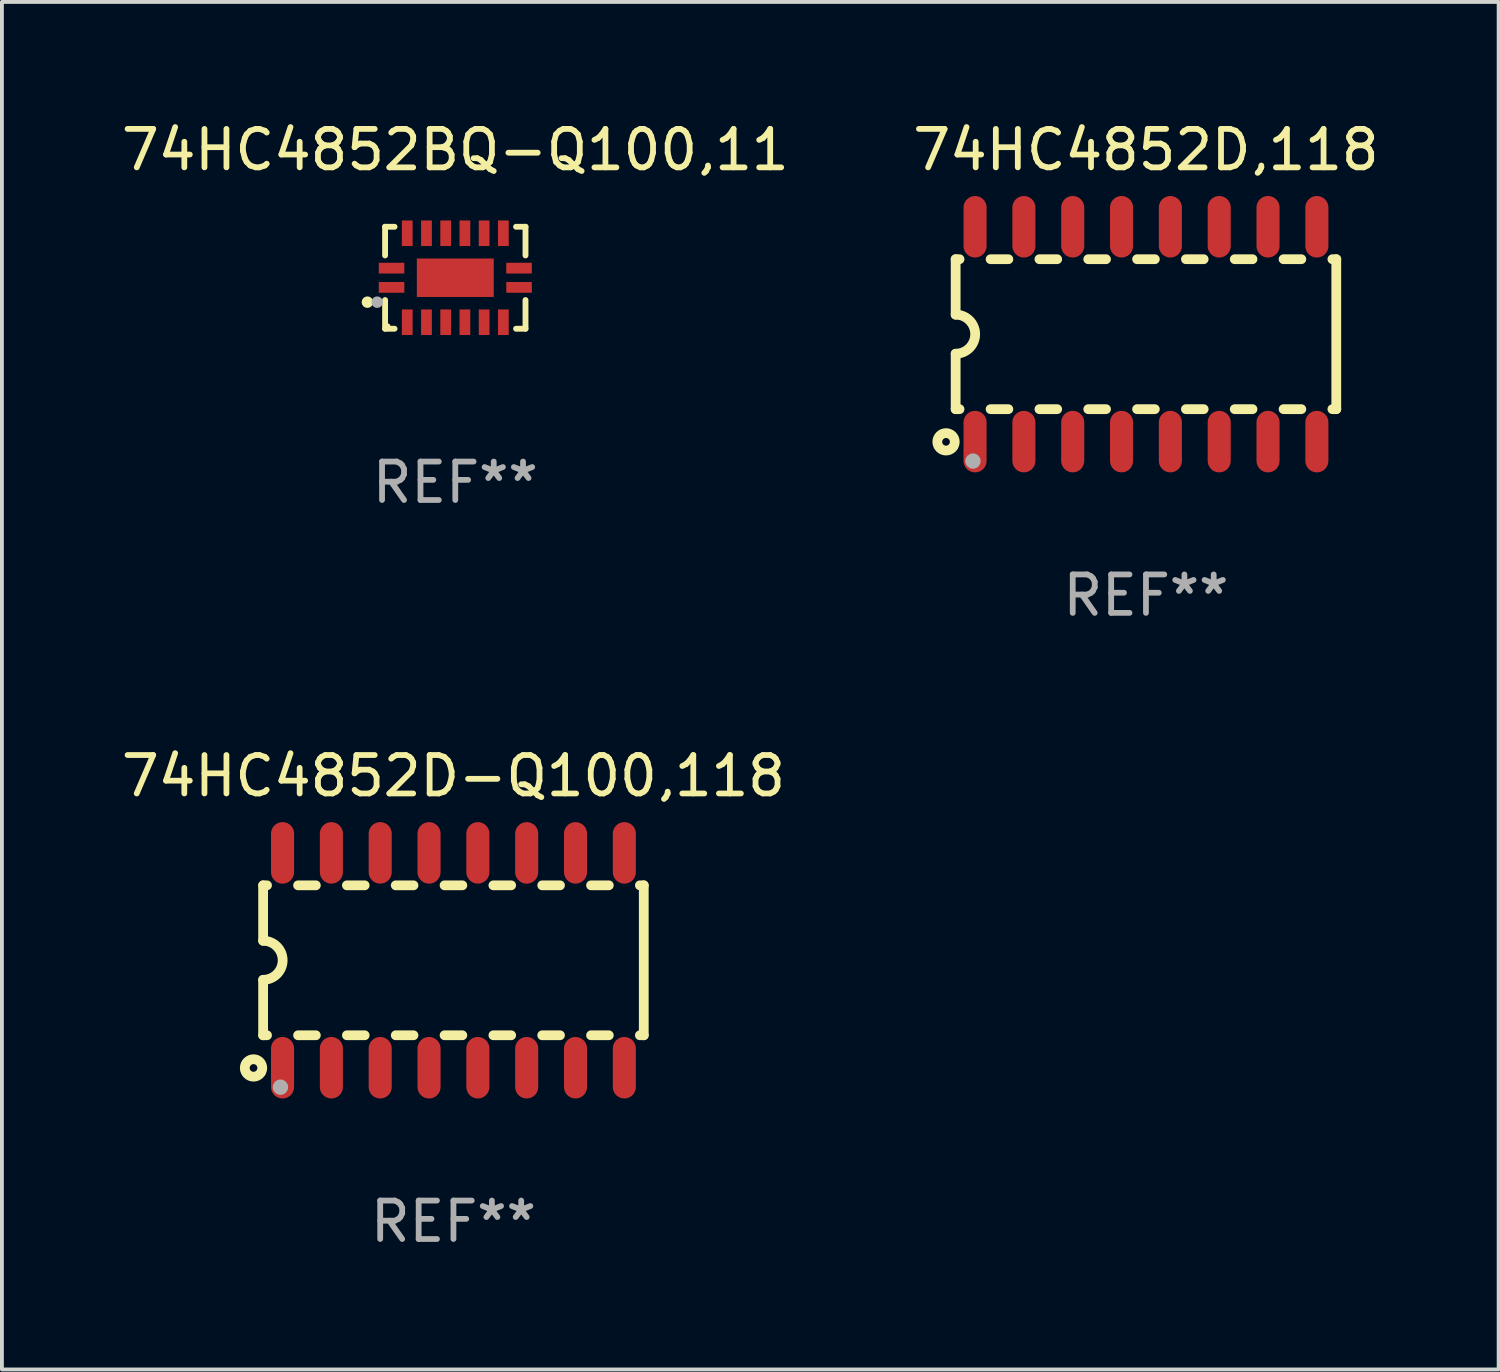
<source format=kicad_pcb>
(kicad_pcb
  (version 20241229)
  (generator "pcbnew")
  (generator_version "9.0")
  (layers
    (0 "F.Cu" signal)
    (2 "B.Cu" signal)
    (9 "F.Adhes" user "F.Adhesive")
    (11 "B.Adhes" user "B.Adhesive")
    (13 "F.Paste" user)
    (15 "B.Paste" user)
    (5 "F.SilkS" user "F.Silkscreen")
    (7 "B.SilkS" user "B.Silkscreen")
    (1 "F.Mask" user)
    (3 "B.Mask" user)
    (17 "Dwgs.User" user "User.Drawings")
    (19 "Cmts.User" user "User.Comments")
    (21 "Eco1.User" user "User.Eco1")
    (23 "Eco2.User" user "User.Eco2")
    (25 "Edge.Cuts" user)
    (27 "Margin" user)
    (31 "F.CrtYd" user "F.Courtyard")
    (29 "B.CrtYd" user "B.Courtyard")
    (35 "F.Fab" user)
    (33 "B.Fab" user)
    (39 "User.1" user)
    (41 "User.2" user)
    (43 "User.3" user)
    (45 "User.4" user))
  (footprint "74HC4852BQ-Q100,11"
    (layer "F.Cu")
    (at 8.792 4.174)
    (property "Reference" "74HC4852BQ-Q100,11" (at 0 -3.326 0) (layer "F.SilkS") (effects (font (size 1 1) (thickness 0.15))))
    (attr through_hole)
    (fp_line (start -1.826 -1.326) (end -1.58 -1.326) (stroke (width 0.152) (type solid)) (layer "F.SilkS"))
    (fp_line (start -1.826 -0.58) (end -1.826 -1.326) (stroke (width 0.152) (type solid)) (layer "F.SilkS"))
    (fp_line (start -1.826 0.58) (end -1.826 1.326) (stroke (width 0.152) (type solid)) (layer "F.SilkS"))
    (fp_line (start -1.826 1.326) (end -1.58 1.326) (stroke (width 0.152) (type solid)) (layer "F.SilkS"))
    (fp_line (start 1.826 -1.326) (end 1.58 -1.326) (stroke (width 0.152) (type solid)) (layer "F.SilkS"))
    (fp_line (start 1.826 -0.58) (end 1.826 -1.326) (stroke (width 0.152) (type solid)) (layer "F.SilkS"))
    (fp_line (start 1.826 0.58) (end 1.826 1.326) (stroke (width 0.152) (type solid)) (layer "F.SilkS"))
    (fp_line (start 1.826 1.326) (end 1.58 1.326) (stroke (width 0.152) (type solid)) (layer "F.SilkS"))
    (fp_circle (center -2.286 0.635) (end -2.211 0.635) (stroke (width 0.15) (type solid)) (fill no) (layer "F.SilkS"))
    (fp_circle (center -1.75 1.25) (end -1.72 1.25) (stroke (width 0.06) (type solid)) (fill no) (layer "F.SilkS"))
    (fp_circle (center -2.032 0.635) (end -1.957 0.635) (stroke (width 0.15) (type solid)) (fill no) (layer "F.Fab"))
    (fp_text user "REF**" (at 0 5.326 0) (layer "F.Fab") (effects (font (size 1 1) (thickness 0.15))))
    (pad "1" smd rect (at -1.658 0.25) (size 0.665 0.28) (layers "F.Cu" "F.Mask" "F.Paste"))
    (pad "2" smd rect (at -1.25 1.157) (size 0.28 0.665) (layers "F.Cu" "F.Mask" "F.Paste"))
    (pad "3" smd rect (at -0.75 1.157) (size 0.28 0.665) (layers "F.Cu" "F.Mask" "F.Paste"))
    (pad "4" smd rect (at -0.25 1.157) (size 0.28 0.665) (layers "F.Cu" "F.Mask" "F.Paste"))
    (pad "5" smd rect (at 0.25 1.157) (size 0.28 0.665) (layers "F.Cu" "F.Mask" "F.Paste"))
    (pad "6" smd rect (at 0.75 1.157) (size 0.28 0.665) (layers "F.Cu" "F.Mask" "F.Paste"))
    (pad "7" smd rect (at 1.25 1.157) (size 0.28 0.665) (layers "F.Cu" "F.Mask" "F.Paste"))
    (pad "8" smd rect (at 1.658 0.25) (size 0.665 0.28) (layers "F.Cu" "F.Mask" "F.Paste"))
    (pad "9" smd rect (at 1.658 -0.25) (size 0.665 0.28) (layers "F.Cu" "F.Mask" "F.Paste"))
    (pad "10" smd rect (at 1.25 -1.157) (size 0.28 0.665) (layers "F.Cu" "F.Mask" "F.Paste"))
    (pad "11" smd rect (at 0.75 -1.157) (size 0.28 0.665) (layers "F.Cu" "F.Mask" "F.Paste"))
    (pad "12" smd rect (at 0.25 -1.157) (size 0.28 0.665) (layers "F.Cu" "F.Mask" "F.Paste"))
    (pad "13" smd rect (at -0.25 -1.157) (size 0.28 0.665) (layers "F.Cu" "F.Mask" "F.Paste"))
    (pad "14" smd rect (at -0.75 -1.157) (size 0.28 0.665) (layers "F.Cu" "F.Mask" "F.Paste"))
    (pad "15" smd rect (at -1.25 -1.157) (size 0.28 0.665) (layers "F.Cu" "F.Mask" "F.Paste"))
    (pad "16" smd rect (at -1.658 -0.25) (size 0.665 0.28) (layers "F.Cu" "F.Mask" "F.Paste"))
    (pad "17" smd rect (at 0 0) (size 2 1) (layers "F.Cu" "F.Mask" "F.Paste")))
  (footprint "74HC4852D,118"
    (layer "F.Cu")
    (at 26.756 5.642)
    (property "Reference" "74HC4852D,118" (at 0 -4.794 0) (layer "F.SilkS") (effects (font (size 1 1) (thickness 0.15))))
    (attr through_hole)
    (fp_line (start -4.95 -1.95) (end -4.95 -0.508) (stroke (width 0.254) (type solid)) (layer "F.SilkS"))
    (fp_line (start -4.95 -1.95) (end -4.849 -1.95) (stroke (width 0.254) (type solid)) (layer "F.SilkS"))
    (fp_line (start -4.95 1.95) (end -4.95 0.508) (stroke (width 0.254) (type solid)) (layer "F.SilkS"))
    (fp_line (start -4.95 1.95) (end -4.849 1.95) (stroke (width 0.254) (type solid)) (layer "F.SilkS"))
    (fp_line (start -4.041 -1.95) (end -3.579 -1.95) (stroke (width 0.254) (type solid)) (layer "F.SilkS"))
    (fp_line (start -4.041 1.95) (end -3.579 1.95) (stroke (width 0.254) (type solid)) (layer "F.SilkS"))
    (fp_line (start -2.771 -1.95) (end -2.309 -1.95) (stroke (width 0.254) (type solid)) (layer "F.SilkS"))
    (fp_line (start -2.771 1.95) (end -2.309 1.95) (stroke (width 0.254) (type solid)) (layer "F.SilkS"))
    (fp_line (start -1.501 -1.95) (end -1.039 -1.95) (stroke (width 0.254) (type solid)) (layer "F.SilkS"))
    (fp_line (start -1.501 1.95) (end -1.039 1.95) (stroke (width 0.254) (type solid)) (layer "F.SilkS"))
    (fp_line (start -0.231 -1.95) (end 0.231 -1.95) (stroke (width 0.254) (type solid)) (layer "F.SilkS"))
    (fp_line (start -0.231 1.95) (end 0.231 1.95) (stroke (width 0.254) (type solid)) (layer "F.SilkS"))
    (fp_line (start 1.039 -1.95) (end 1.501 -1.95) (stroke (width 0.254) (type solid)) (layer "F.SilkS"))
    (fp_line (start 1.039 1.95) (end 1.501 1.95) (stroke (width 0.254) (type solid)) (layer "F.SilkS"))
    (fp_line (start 2.309 -1.95) (end 2.771 -1.95) (stroke (width 0.254) (type solid)) (layer "F.SilkS"))
    (fp_line (start 2.309 1.95) (end 2.771 1.95) (stroke (width 0.254) (type solid)) (layer "F.SilkS"))
    (fp_line (start 3.579 -1.95) (end 4.041 -1.95) (stroke (width 0.254) (type solid)) (layer "F.SilkS"))
    (fp_line (start 3.579 1.95) (end 4.041 1.95) (stroke (width 0.254) (type solid)) (layer "F.SilkS"))
    (fp_line (start 4.849 -1.95) (end 4.95 -1.95) (stroke (width 0.254) (type solid)) (layer "F.SilkS"))
    (fp_line (start 4.849 1.95) (end 4.95 1.95) (stroke (width 0.254) (type solid)) (layer "F.SilkS"))
    (fp_line (start 4.95 -1.95) (end 4.95 1.95) (stroke (width 0.254) (type solid)) (layer "F.SilkS"))
    (fp_arc (start -4.95047 -0.508001) (mid -4.442469 -0.000228) (end -4.950013 0.508001) (stroke (width 0.254001) (type solid)) (layer "F.SilkS"))
    (fp_circle (center -5.2 2.8) (end -5.1 2.8) (stroke (width 0.254) (type solid)) (fill no) (layer "F.SilkS"))
    (fp_circle (center -4.95 2.947) (end -4.92 2.947) (stroke (width 0.06) (type solid)) (fill no) (layer "F.SilkS"))
    (fp_circle (center -4.5 3.3) (end -4.4 3.3) (stroke (width 0.2) (type solid)) (fill no) (layer "F.Fab"))
    (fp_text user "REF**" (at 0 6.794 0) (layer "F.Fab") (effects (font (size 1 1) (thickness 0.15))))
    (pad "1" smd oval (at -4.445 2.794) (size 0.6 1.6) (layers "F.Cu" "F.Mask" "F.Paste"))
    (pad "2" smd oval (at -3.175 2.794) (size 0.6 1.6) (layers "F.Cu" "F.Mask" "F.Paste"))
    (pad "3" smd oval (at -1.905 2.794) (size 0.6 1.6) (layers "F.Cu" "F.Mask" "F.Paste"))
    (pad "4" smd oval (at -0.635 2.794) (size 0.6 1.6) (layers "F.Cu" "F.Mask" "F.Paste"))
    (pad "5" smd oval (at 0.635 2.794) (size 0.6 1.6) (layers "F.Cu" "F.Mask" "F.Paste"))
    (pad "6" smd oval (at 1.905 2.794) (size 0.6 1.6) (layers "F.Cu" "F.Mask" "F.Paste"))
    (pad "7" smd oval (at 3.175 2.794) (size 0.6 1.6) (layers "F.Cu" "F.Mask" "F.Paste"))
    (pad "8" smd oval (at 4.445 2.794) (size 0.6 1.6) (layers "F.Cu" "F.Mask" "F.Paste"))
    (pad "9" smd oval (at 4.445 -2.794) (size 0.6 1.6) (layers "F.Cu" "F.Mask" "F.Paste"))
    (pad "10" smd oval (at 3.175 -2.794) (size 0.6 1.6) (layers "F.Cu" "F.Mask" "F.Paste"))
    (pad "11" smd oval (at 1.905 -2.794) (size 0.6 1.6) (layers "F.Cu" "F.Mask" "F.Paste"))
    (pad "12" smd oval (at 0.635 -2.794) (size 0.6 1.6) (layers "F.Cu" "F.Mask" "F.Paste"))
    (pad "13" smd oval (at -0.635 -2.794) (size 0.6 1.6) (layers "F.Cu" "F.Mask" "F.Paste"))
    (pad "14" smd oval (at -1.905 -2.794) (size 0.6 1.6) (layers "F.Cu" "F.Mask" "F.Paste"))
    (pad "15" smd oval (at -3.175 -2.794) (size 0.6 1.6) (layers "F.Cu" "F.Mask" "F.Paste"))
    (pad "16" smd oval (at -4.445 -2.794) (size 0.6 1.6) (layers "F.Cu" "F.Mask" "F.Paste")))
  (footprint "74HC4852D-Q100,118"
    (layer "F.Cu")
    (at 8.744 21.927)
    (property "Reference" "74HC4852D-Q100,118" (at 0 -4.794 0) (layer "F.SilkS") (effects (font (size 1 1) (thickness 0.15))))
    (attr through_hole)
    (fp_line (start -4.95 -1.95) (end -4.95 -0.508) (stroke (width 0.254) (type solid)) (layer "F.SilkS"))
    (fp_line (start -4.95 -1.95) (end -4.849 -1.95) (stroke (width 0.254) (type solid)) (layer "F.SilkS"))
    (fp_line (start -4.95 1.95) (end -4.95 0.508) (stroke (width 0.254) (type solid)) (layer "F.SilkS"))
    (fp_line (start -4.95 1.95) (end -4.849 1.95) (stroke (width 0.254) (type solid)) (layer "F.SilkS"))
    (fp_line (start -4.041 -1.95) (end -3.579 -1.95) (stroke (width 0.254) (type solid)) (layer "F.SilkS"))
    (fp_line (start -4.041 1.95) (end -3.579 1.95) (stroke (width 0.254) (type solid)) (layer "F.SilkS"))
    (fp_line (start -2.771 -1.95) (end -2.309 -1.95) (stroke (width 0.254) (type solid)) (layer "F.SilkS"))
    (fp_line (start -2.771 1.95) (end -2.309 1.95) (stroke (width 0.254) (type solid)) (layer "F.SilkS"))
    (fp_line (start -1.501 -1.95) (end -1.039 -1.95) (stroke (width 0.254) (type solid)) (layer "F.SilkS"))
    (fp_line (start -1.501 1.95) (end -1.039 1.95) (stroke (width 0.254) (type solid)) (layer "F.SilkS"))
    (fp_line (start -0.231 -1.95) (end 0.231 -1.95) (stroke (width 0.254) (type solid)) (layer "F.SilkS"))
    (fp_line (start -0.231 1.95) (end 0.231 1.95) (stroke (width 0.254) (type solid)) (layer "F.SilkS"))
    (fp_line (start 1.039 -1.95) (end 1.501 -1.95) (stroke (width 0.254) (type solid)) (layer "F.SilkS"))
    (fp_line (start 1.039 1.95) (end 1.501 1.95) (stroke (width 0.254) (type solid)) (layer "F.SilkS"))
    (fp_line (start 2.309 -1.95) (end 2.771 -1.95) (stroke (width 0.254) (type solid)) (layer "F.SilkS"))
    (fp_line (start 2.309 1.95) (end 2.771 1.95) (stroke (width 0.254) (type solid)) (layer "F.SilkS"))
    (fp_line (start 3.579 -1.95) (end 4.041 -1.95) (stroke (width 0.254) (type solid)) (layer "F.SilkS"))
    (fp_line (start 3.579 1.95) (end 4.041 1.95) (stroke (width 0.254) (type solid)) (layer "F.SilkS"))
    (fp_line (start 4.849 -1.95) (end 4.95 -1.95) (stroke (width 0.254) (type solid)) (layer "F.SilkS"))
    (fp_line (start 4.849 1.95) (end 4.95 1.95) (stroke (width 0.254) (type solid)) (layer "F.SilkS"))
    (fp_line (start 4.95 -1.95) (end 4.95 1.95) (stroke (width 0.254) (type solid)) (layer "F.SilkS"))
    (fp_arc (start -4.95047 -0.508001) (mid -4.442469 -0.000228) (end -4.950013 0.508001) (stroke (width 0.254001) (type solid)) (layer "F.SilkS"))
    (fp_circle (center -5.2 2.8) (end -5.1 2.8) (stroke (width 0.254) (type solid)) (fill no) (layer "F.SilkS"))
    (fp_circle (center -4.95 2.947) (end -4.92 2.947) (stroke (width 0.06) (type solid)) (fill no) (layer "F.SilkS"))
    (fp_circle (center -4.5 3.3) (end -4.4 3.3) (stroke (width 0.2) (type solid)) (fill no) (layer "F.Fab"))
    (fp_text user "REF**" (at 0 6.794 0) (layer "F.Fab") (effects (font (size 1 1) (thickness 0.15))))
    (pad "1" smd oval (at -4.445 2.794) (size 0.6 1.6) (layers "F.Cu" "F.Mask" "F.Paste"))
    (pad "2" smd oval (at -3.175 2.794) (size 0.6 1.6) (layers "F.Cu" "F.Mask" "F.Paste"))
    (pad "3" smd oval (at -1.905 2.794) (size 0.6 1.6) (layers "F.Cu" "F.Mask" "F.Paste"))
    (pad "4" smd oval (at -0.635 2.794) (size 0.6 1.6) (layers "F.Cu" "F.Mask" "F.Paste"))
    (pad "5" smd oval (at 0.635 2.794) (size 0.6 1.6) (layers "F.Cu" "F.Mask" "F.Paste"))
    (pad "6" smd oval (at 1.905 2.794) (size 0.6 1.6) (layers "F.Cu" "F.Mask" "F.Paste"))
    (pad "7" smd oval (at 3.175 2.794) (size 0.6 1.6) (layers "F.Cu" "F.Mask" "F.Paste"))
    (pad "8" smd oval (at 4.445 2.794) (size 0.6 1.6) (layers "F.Cu" "F.Mask" "F.Paste"))
    (pad "9" smd oval (at 4.445 -2.794) (size 0.6 1.6) (layers "F.Cu" "F.Mask" "F.Paste"))
    (pad "10" smd oval (at 3.175 -2.794) (size 0.6 1.6) (layers "F.Cu" "F.Mask" "F.Paste"))
    (pad "11" smd oval (at 1.905 -2.794) (size 0.6 1.6) (layers "F.Cu" "F.Mask" "F.Paste"))
    (pad "12" smd oval (at 0.635 -2.794) (size 0.6 1.6) (layers "F.Cu" "F.Mask" "F.Paste"))
    (pad "13" smd oval (at -0.635 -2.794) (size 0.6 1.6) (layers "F.Cu" "F.Mask" "F.Paste"))
    (pad "14" smd oval (at -1.905 -2.794) (size 0.6 1.6) (layers "F.Cu" "F.Mask" "F.Paste"))
    (pad "15" smd oval (at -3.175 -2.794) (size 0.6 1.6) (layers "F.Cu" "F.Mask" "F.Paste"))
    (pad "16" smd oval (at -4.445 -2.794) (size 0.6 1.6) (layers "F.Cu" "F.Mask" "F.Paste")))
  (gr_rect
    (start -3 -3)
    (end 35.929 32.569)
    (stroke (width 0.1) (type default))
    (fill no)
    (layer "Edge.Cuts")))
</source>
